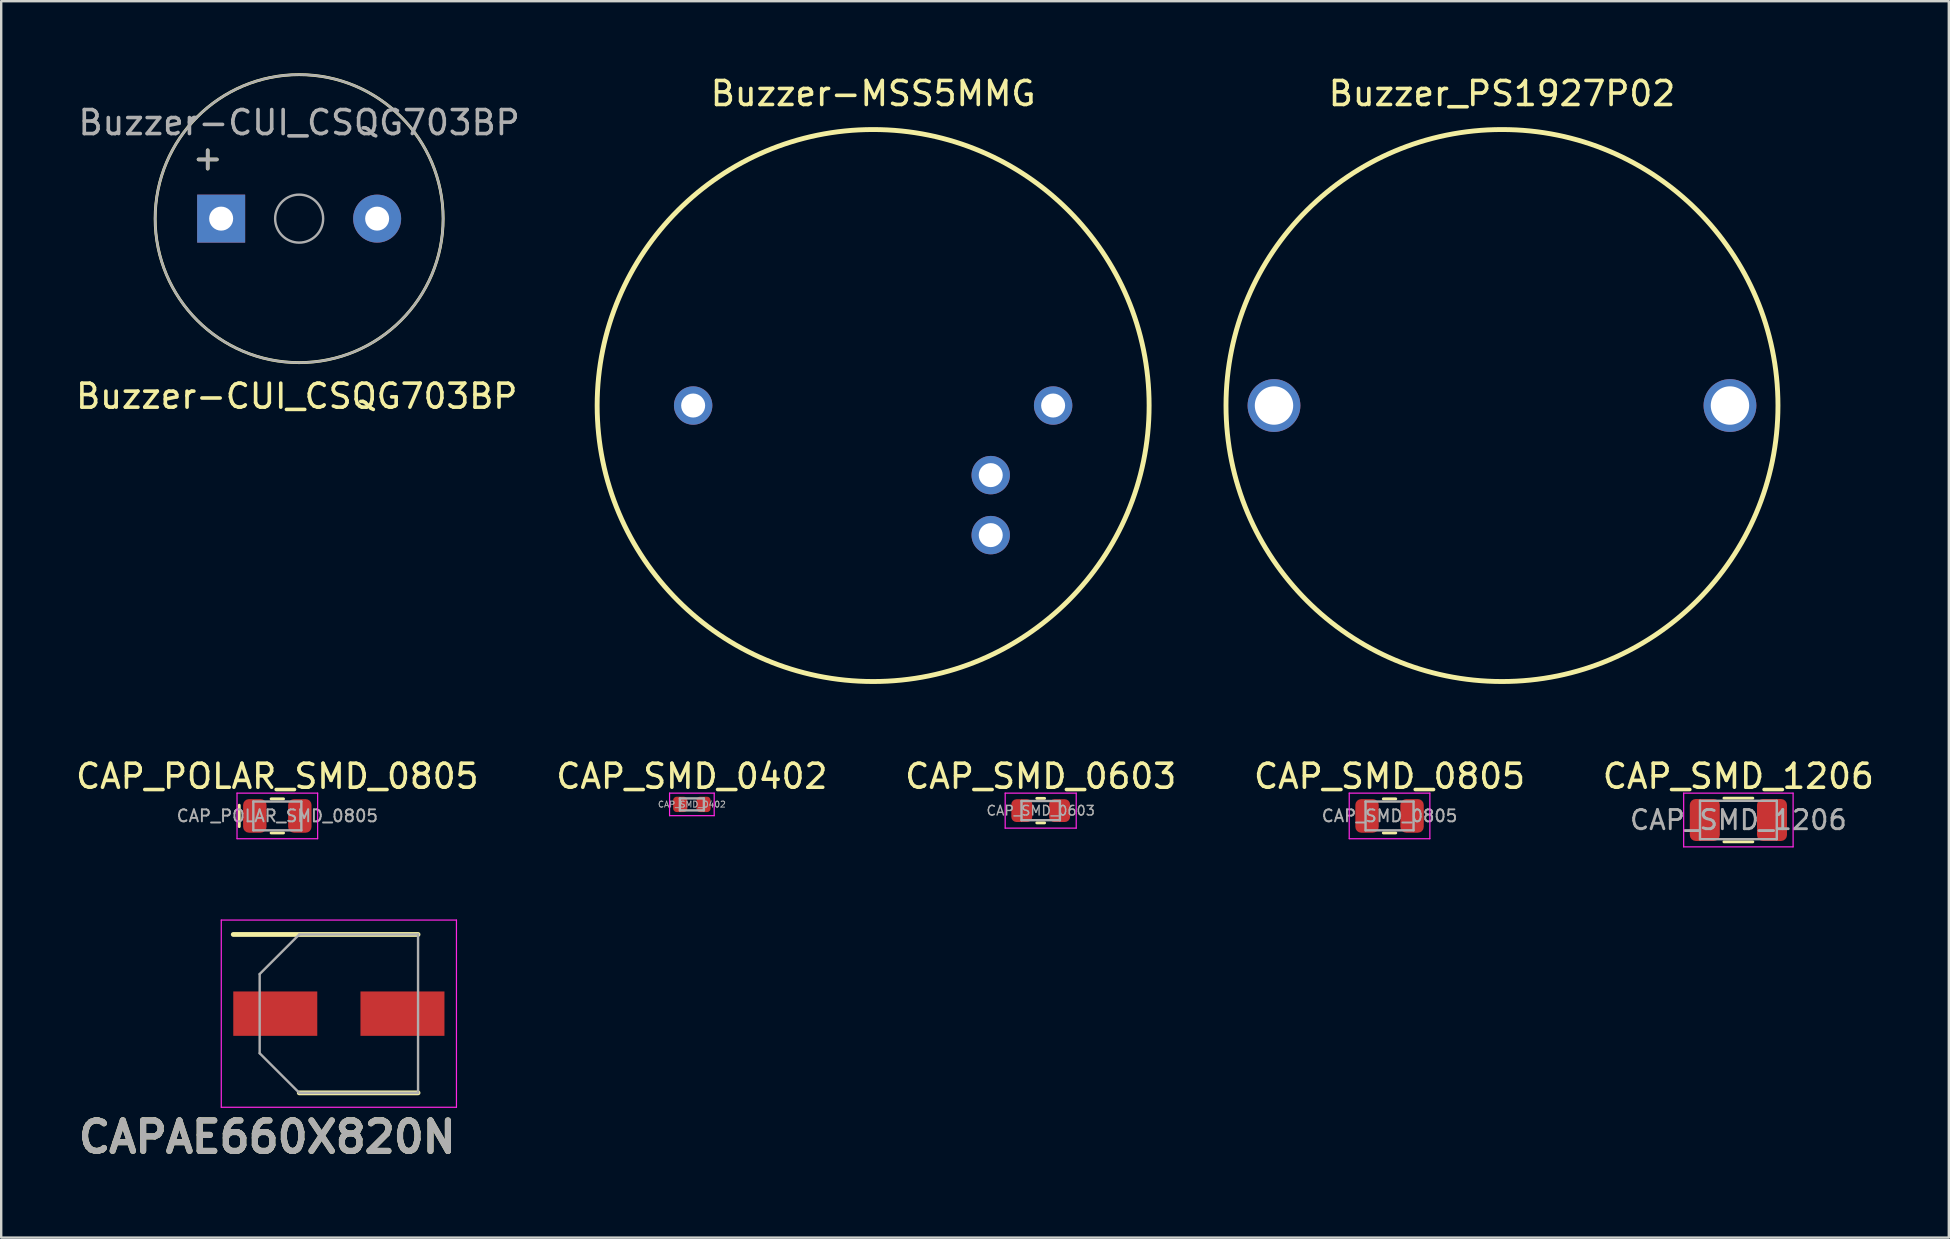
<source format=kicad_pcb>
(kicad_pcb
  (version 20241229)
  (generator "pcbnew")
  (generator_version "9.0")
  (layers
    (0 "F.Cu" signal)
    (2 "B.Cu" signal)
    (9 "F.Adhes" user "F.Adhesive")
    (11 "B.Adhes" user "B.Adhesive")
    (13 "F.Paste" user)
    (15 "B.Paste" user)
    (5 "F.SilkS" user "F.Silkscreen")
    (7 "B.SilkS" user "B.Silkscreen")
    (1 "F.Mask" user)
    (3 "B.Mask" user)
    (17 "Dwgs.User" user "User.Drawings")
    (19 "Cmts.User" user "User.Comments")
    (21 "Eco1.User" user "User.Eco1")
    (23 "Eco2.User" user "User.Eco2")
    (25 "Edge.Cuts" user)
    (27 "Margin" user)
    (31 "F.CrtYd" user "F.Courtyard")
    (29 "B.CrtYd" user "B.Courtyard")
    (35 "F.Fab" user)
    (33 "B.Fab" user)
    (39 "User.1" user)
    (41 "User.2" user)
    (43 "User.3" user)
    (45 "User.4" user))
  (footprint "CAP_SMD_1206"
    (layer "F.Cu")
    (at 69.387 31.118)
    (property "Reference" "CAP_SMD_1206" (at 0 -1.82 0) (layer "F.SilkS") (effects (font (size 1 1) (thickness 0.15))))
    (attr smd)
    (fp_line (start -0.602 -0.91) (end 0.602 -0.91) (stroke (width 0.12) (type solid)) (layer "F.SilkS"))
    (fp_line (start -0.602 0.91) (end 0.602 0.91) (stroke (width 0.12) (type solid)) (layer "F.SilkS"))
    (fp_line (start -2.28 -1.12) (end 2.28 -1.12) (stroke (width 0.05) (type solid)) (layer "F.CrtYd"))
    (fp_line (start -2.28 1.12) (end -2.28 -1.12) (stroke (width 0.05) (type solid)) (layer "F.CrtYd"))
    (fp_line (start 2.28 -1.12) (end 2.28 1.12) (stroke (width 0.05) (type solid)) (layer "F.CrtYd"))
    (fp_line (start 2.28 1.12) (end -2.28 1.12) (stroke (width 0.05) (type solid)) (layer "F.CrtYd"))
    (fp_line (start -1.6 -0.8) (end 1.6 -0.8) (stroke (width 0.1) (type solid)) (layer "F.Fab"))
    (fp_line (start -1.6 0.8) (end -1.6 -0.8) (stroke (width 0.1) (type solid)) (layer "F.Fab"))
    (fp_line (start 1.6 -0.8) (end 1.6 0.8) (stroke (width 0.1) (type solid)) (layer "F.Fab"))
    (fp_line (start 1.6 0.8) (end -1.6 0.8) (stroke (width 0.1) (type solid)) (layer "F.Fab"))
    (fp_text user "${REFERENCE}" (at 0 0 0) (layer "F.Fab") (effects (font (size 0.8 0.8) (thickness 0.12))))
    (pad "1" smd roundrect (at -1.4 0) (size 1.25 1.75) (layers "F.Cu" "F.Mask" "F.Paste") (roundrect_rratio 0.2))
    (pad "2" smd roundrect (at 1.4 0) (size 1.25 1.75) (layers "F.Cu" "F.Mask" "F.Paste") (roundrect_rratio 0.2)))
  (footprint "CAP_SMD_0402"
    (layer "F.Cu")
    (at 25.78 30.468)
    (property "Reference" "CAP_SMD_0402" (at 0 -1.17 0) (layer "F.SilkS") (effects (font (size 1 1) (thickness 0.15))))
    (attr smd)
    (fp_line (start -0.93 -0.47) (end 0.93 -0.47) (stroke (width 0.05) (type solid)) (layer "F.CrtYd"))
    (fp_line (start -0.93 0.47) (end -0.93 -0.47) (stroke (width 0.05) (type solid)) (layer "F.CrtYd"))
    (fp_line (start 0.93 -0.47) (end 0.93 0.47) (stroke (width 0.05) (type solid)) (layer "F.CrtYd"))
    (fp_line (start 0.93 0.47) (end -0.93 0.47) (stroke (width 0.05) (type solid)) (layer "F.CrtYd"))
    (fp_line (start -0.5 -0.25) (end 0.5 -0.25) (stroke (width 0.1) (type solid)) (layer "F.Fab"))
    (fp_line (start -0.5 0.25) (end -0.5 -0.25) (stroke (width 0.1) (type solid)) (layer "F.Fab"))
    (fp_line (start 0.5 -0.25) (end 0.5 0.25) (stroke (width 0.1) (type solid)) (layer "F.Fab"))
    (fp_line (start 0.5 0.25) (end -0.5 0.25) (stroke (width 0.1) (type solid)) (layer "F.Fab"))
    (fp_text user "${REFERENCE}" (at 0 0 0) (layer "F.Fab") (effects (font (size 0.25 0.25) (thickness 0.04))))
    (pad "1" smd roundrect (at -0.485 0) (size 0.59 0.64) (layers "F.Cu" "F.Mask" "F.Paste") (roundrect_rratio 0.25))
    (pad "2" smd roundrect (at 0.485 0) (size 0.59 0.64) (layers "F.Cu" "F.Mask" "F.Paste") (roundrect_rratio 0.25)))
  (footprint "CAPAE660X820N"
    (layer "F.Cu")
    (at 11.07 39.188)
    (property "Reference" "CAPAE660X820N" (at -2.985 5.144 0) (layer "F.SilkS") (effects (font (size 1.27 1.27) (thickness 0.254))))
    (attr smd)
    (fp_line (start -4.4 -3.3) (end 3.3 -3.3) (stroke (width 0.2) (type solid)) (layer "F.SilkS"))
    (fp_line (start -1.65 3.3) (end 3.3 3.3) (stroke (width 0.2) (type solid)) (layer "F.SilkS"))
    (fp_line (start -4.9 -3.9) (end 4.9 -3.9) (stroke (width 0.05) (type solid)) (layer "F.CrtYd"))
    (fp_line (start -4.9 3.9) (end -4.9 -3.9) (stroke (width 0.05) (type solid)) (layer "F.CrtYd"))
    (fp_line (start 4.9 -3.9) (end 4.9 3.9) (stroke (width 0.05) (type solid)) (layer "F.CrtYd"))
    (fp_line (start 4.9 3.9) (end -4.9 3.9) (stroke (width 0.05) (type solid)) (layer "F.CrtYd"))
    (fp_line (start -3.3 -1.65) (end -3.3 1.65) (stroke (width 0.1) (type solid)) (layer "F.Fab"))
    (fp_line (start -3.3 1.65) (end -1.65 3.3) (stroke (width 0.1) (type solid)) (layer "F.Fab"))
    (fp_line (start -1.65 -3.3) (end -3.3 -1.65) (stroke (width 0.1) (type solid)) (layer "F.Fab"))
    (fp_line (start -1.65 3.3) (end 3.3 3.3) (stroke (width 0.1) (type solid)) (layer "F.Fab"))
    (fp_line (start 3.3 -3.3) (end -1.65 -3.3) (stroke (width 0.1) (type solid)) (layer "F.Fab"))
    (fp_line (start 3.3 3.3) (end 3.3 -3.3) (stroke (width 0.1) (type solid)) (layer "F.Fab"))
    (fp_text user "${REFERENCE}" (at -2.985 5.144 0) (layer "F.Fab") (effects (font (size 1.27 1.27) (thickness 0.254))))
    (pad "1" smd rect (at -2.65 0 90) (size 1.85 3.5) (layers "F.Cu" "F.Mask" "F.Paste"))
    (pad "2" smd rect (at 2.65 0 90) (size 1.85 3.5) (layers "F.Cu" "F.Mask" "F.Paste")))
  (footprint "Buzzer-MSS5MMG"
    (layer "F.Cu")
    (at 33.333 13.848)
    (property "Reference" "Buzzer-MSS5MMG" (at 0 -13 0) (layer "F.SilkS") (effects (font (size 1 1) (thickness 0.15))))
    (attr through_hole)
    (fp_circle (center 0 0) (end 11.5 0) (stroke (width 0.203) (type solid)) (fill no) (layer "F.SilkS"))
    (pad "1" thru_hole circle (at -7.5 0) (size 1.6 1.6) (drill 1) (layers "*.Cu" "*.Mask"))
    (pad "1" thru_hole circle (at 4.9 2.9) (size 1.6 1.6) (drill 1) (layers "*.Cu" "*.Mask"))
    (pad "1" thru_hole circle (at 4.9 5.4) (size 1.6 1.6) (drill 1) (layers "*.Cu" "*.Mask"))
    (pad "1" thru_hole circle (at 7.5 0) (size 1.6 1.6) (drill 1) (layers "*.Cu" "*.Mask")))
  (footprint "CAP_POLAR_SMD_0805"
    (layer "F.Cu")
    (at 8.506 30.948)
    (property "Reference" "CAP_POLAR_SMD_0805" (at 0 -1.65 0) (layer "F.SilkS") (effects (font (size 1 1) (thickness 0.15))))
    (attr smd)
    (fp_line (start -1.587 -0.445) (end -1.587 0.445) (stroke (width 0.12) (type solid)) (layer "F.SilkS"))
    (fp_line (start -0.259 -0.71) (end 0.259 -0.71) (stroke (width 0.12) (type solid)) (layer "F.SilkS"))
    (fp_line (start -0.259 0.71) (end 0.259 0.71) (stroke (width 0.12) (type solid)) (layer "F.SilkS"))
    (fp_line (start -1.68 -0.95) (end 1.68 -0.95) (stroke (width 0.05) (type solid)) (layer "F.CrtYd"))
    (fp_line (start -1.68 0.95) (end -1.68 -0.95) (stroke (width 0.05) (type solid)) (layer "F.CrtYd"))
    (fp_line (start 1.68 -0.95) (end 1.68 0.95) (stroke (width 0.05) (type solid)) (layer "F.CrtYd"))
    (fp_line (start 1.68 0.95) (end -1.68 0.95) (stroke (width 0.05) (type solid)) (layer "F.CrtYd"))
    (fp_line (start -1 -0.6) (end 1 -0.6) (stroke (width 0.1) (type solid)) (layer "F.Fab"))
    (fp_line (start -1 0.6) (end -1 -0.6) (stroke (width 0.1) (type solid)) (layer "F.Fab"))
    (fp_line (start 1 -0.6) (end 1 0.6) (stroke (width 0.1) (type solid)) (layer "F.Fab"))
    (fp_line (start 1 0.6) (end -1 0.6) (stroke (width 0.1) (type solid)) (layer "F.Fab"))
    (fp_text user "${REFERENCE}" (at 0 0 0) (layer "F.Fab") (effects (font (size 0.5 0.5) (thickness 0.08))))
    (pad "1" smd roundrect (at -0.938 0) (size 0.975 1.4) (layers "F.Cu" "F.Mask" "F.Paste") (roundrect_rratio 0.25))
    (pad "2" smd roundrect (at 0.938 0) (size 0.975 1.4) (layers "F.Cu" "F.Mask" "F.Paste") (roundrect_rratio 0.25)))
  (footprint "Buzzer-CUI_CSQG703BP"
    (layer "F.Cu")
    (at 9.415 6.06)
    (property "Reference" "Buzzer-CUI_CSQG703BP" (at -0.1 7.4 0) (layer "F.SilkS") (effects (font (size 1 1) (thickness 0.15))))
    (attr through_hole)
    (fp_circle (center 0 0) (end 6 0) (stroke (width 0.12) (type solid)) (fill no) (layer "F.SilkS"))
    (fp_circle (center 0 0) (end 1 0) (stroke (width 0.1) (type solid)) (fill no) (layer "F.Fab"))
    (fp_circle (center 0 0) (end 6 0) (stroke (width 0.1) (type solid)) (fill no) (layer "F.Fab"))
    (fp_text user "+" (at -3.81 -2.54 0) (layer "F.SilkS") (effects (font (size 1 1) (thickness 0.15))))
    (fp_text user "${REFERENCE}" (at 0 -4 0) (layer "F.Fab") (effects (font (size 1 1) (thickness 0.15))))
    (fp_text user "+" (at -3.81 -2.54 0) (layer "F.Fab") (effects (font (size 1 1) (thickness 0.15))))
    (pad "1" thru_hole rect (at -3.25 0) (size 2 2) (drill 1) (layers "*.Cu" "*.Mask"))
    (pad "2" thru_hole circle (at 3.25 0) (size 2 2) (drill 1) (layers "*.Cu" "*.Mask")))
  (footprint "Buzzer_PS1927P02"
    (layer "F.Cu")
    (at 59.536 13.848)
    (property "Reference" "Buzzer_PS1927P02" (at 0 -13 0) (layer "F.SilkS") (effects (font (size 1 1) (thickness 0.15))))
    (attr through_hole)
    (fp_circle (center 0 0) (end 11.5 0) (stroke (width 0.203) (type solid)) (fill no) (layer "F.SilkS"))
    (pad "1" thru_hole circle (at -9.5 0) (size 2.2 2.2) (drill 1.6) (layers "*.Cu" "*.Mask"))
    (pad "2" thru_hole circle (at 9.5 0) (size 2.2 2.2) (drill 1.6) (layers "*.Cu" "*.Mask")))
  (footprint "CAP_SMD_0603"
    (layer "F.Cu")
    (at 40.315 30.728)
    (property "Reference" "CAP_SMD_0603" (at 0 -1.43 0) (layer "F.SilkS") (effects (font (size 1 1) (thickness 0.15))))
    (attr smd)
    (fp_line (start -0.163 -0.51) (end 0.163 -0.51) (stroke (width 0.12) (type solid)) (layer "F.SilkS"))
    (fp_line (start -0.163 0.51) (end 0.163 0.51) (stroke (width 0.12) (type solid)) (layer "F.SilkS"))
    (fp_line (start -1.48 -0.73) (end 1.48 -0.73) (stroke (width 0.05) (type solid)) (layer "F.CrtYd"))
    (fp_line (start -1.48 0.73) (end -1.48 -0.73) (stroke (width 0.05) (type solid)) (layer "F.CrtYd"))
    (fp_line (start 1.48 -0.73) (end 1.48 0.73) (stroke (width 0.05) (type solid)) (layer "F.CrtYd"))
    (fp_line (start 1.48 0.73) (end -1.48 0.73) (stroke (width 0.05) (type solid)) (layer "F.CrtYd"))
    (fp_line (start -0.8 -0.4) (end 0.8 -0.4) (stroke (width 0.1) (type solid)) (layer "F.Fab"))
    (fp_line (start -0.8 0.4) (end -0.8 -0.4) (stroke (width 0.1) (type solid)) (layer "F.Fab"))
    (fp_line (start 0.8 -0.4) (end 0.8 0.4) (stroke (width 0.1) (type solid)) (layer "F.Fab"))
    (fp_line (start 0.8 0.4) (end -0.8 0.4) (stroke (width 0.1) (type solid)) (layer "F.Fab"))
    (fp_text user "${REFERENCE}" (at 0 0 0) (layer "F.Fab") (effects (font (size 0.4 0.4) (thickness 0.06))))
    (pad "1" smd roundrect (at -0.787 0) (size 0.875 0.95) (layers "F.Cu" "F.Mask" "F.Paste") (roundrect_rratio 0.25))
    (pad "2" smd roundrect (at 0.787 0) (size 0.875 0.95) (layers "F.Cu" "F.Mask" "F.Paste") (roundrect_rratio 0.25)))
  (footprint "CAP_SMD_0805"
    (layer "F.Cu")
    (at 54.851 30.948)
    (property "Reference" "CAP_SMD_0805" (at 0 -1.65 0) (layer "F.SilkS") (effects (font (size 1 1) (thickness 0.15))))
    (attr smd)
    (fp_line (start -0.259 -0.71) (end 0.259 -0.71) (stroke (width 0.12) (type solid)) (layer "F.SilkS"))
    (fp_line (start -0.259 0.71) (end 0.259 0.71) (stroke (width 0.12) (type solid)) (layer "F.SilkS"))
    (fp_line (start -1.68 -0.95) (end 1.68 -0.95) (stroke (width 0.05) (type solid)) (layer "F.CrtYd"))
    (fp_line (start -1.68 0.95) (end -1.68 -0.95) (stroke (width 0.05) (type solid)) (layer "F.CrtYd"))
    (fp_line (start 1.68 -0.95) (end 1.68 0.95) (stroke (width 0.05) (type solid)) (layer "F.CrtYd"))
    (fp_line (start 1.68 0.95) (end -1.68 0.95) (stroke (width 0.05) (type solid)) (layer "F.CrtYd"))
    (fp_line (start -1 -0.6) (end 1 -0.6) (stroke (width 0.1) (type solid)) (layer "F.Fab"))
    (fp_line (start -1 0.6) (end -1 -0.6) (stroke (width 0.1) (type solid)) (layer "F.Fab"))
    (fp_line (start 1 -0.6) (end 1 0.6) (stroke (width 0.1) (type solid)) (layer "F.Fab"))
    (fp_line (start 1 0.6) (end -1 0.6) (stroke (width 0.1) (type solid)) (layer "F.Fab"))
    (fp_text user "${REFERENCE}" (at 0 0 0) (layer "F.Fab") (effects (font (size 0.5 0.5) (thickness 0.08))))
    (pad "1" smd roundrect (at -0.938 0) (size 0.975 1.4) (layers "F.Cu" "F.Mask" "F.Paste") (roundrect_rratio 0.25))
    (pad "2" smd roundrect (at 0.938 0) (size 0.975 1.4) (layers "F.Cu" "F.Mask" "F.Paste") (roundrect_rratio 0.25)))
  (gr_rect
    (start -3 -3)
    (end 78.155 48.52)
    (stroke (width 0.1) (type default))
    (fill no)
    (layer "Edge.Cuts")))
</source>
